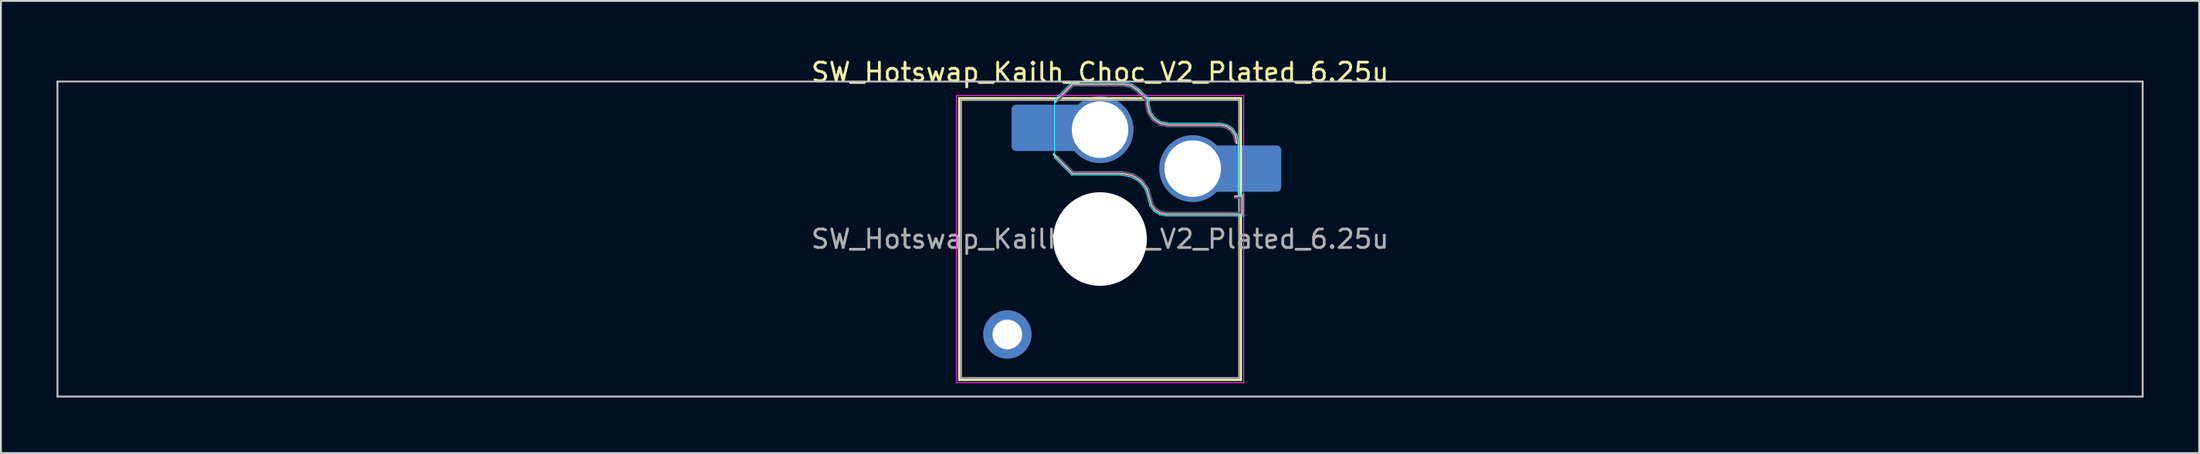
<source format=kicad_pcb>
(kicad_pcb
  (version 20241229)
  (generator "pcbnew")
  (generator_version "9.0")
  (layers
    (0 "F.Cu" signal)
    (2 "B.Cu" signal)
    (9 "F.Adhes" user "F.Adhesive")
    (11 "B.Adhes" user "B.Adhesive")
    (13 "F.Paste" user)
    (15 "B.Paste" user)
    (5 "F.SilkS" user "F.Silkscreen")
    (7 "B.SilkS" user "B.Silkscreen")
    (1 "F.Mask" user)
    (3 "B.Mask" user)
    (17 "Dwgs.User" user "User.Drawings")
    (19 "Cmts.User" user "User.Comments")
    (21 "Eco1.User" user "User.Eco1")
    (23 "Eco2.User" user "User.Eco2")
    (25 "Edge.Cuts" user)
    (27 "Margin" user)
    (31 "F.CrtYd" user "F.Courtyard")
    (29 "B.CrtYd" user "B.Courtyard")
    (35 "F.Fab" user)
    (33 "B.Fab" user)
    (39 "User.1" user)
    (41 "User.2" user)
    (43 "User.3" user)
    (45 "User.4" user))
  (footprint "SW_Hotswap_Kailh_Choc_V2_Plated_6.25u"
    (layer "F.Cu")
    (at 56.3 9.848)
    (property "Reference" "SW_Hotswap_Kailh_Choc_V2_Plated_6.25u" (at 0 -9 0) (layer "F.SilkS") (effects (font (size 1 1) (thickness 0.15))))
    (attr smd)
    (fp_line (start -7.6 -7.6) (end -7.6 7.6) (stroke (width 0.12) (type solid)) (layer "F.SilkS"))
    (fp_line (start -7.6 7.6) (end 7.6 7.6) (stroke (width 0.12) (type solid)) (layer "F.SilkS"))
    (fp_line (start 7.6 -7.6) (end -7.6 -7.6) (stroke (width 0.12) (type solid)) (layer "F.SilkS"))
    (fp_line (start 7.6 7.6) (end 7.6 -7.6) (stroke (width 0.12) (type solid)) (layer "F.SilkS"))
    (fp_line (start -2.416 -7.409) (end -1.479 -8.346) (stroke (width 0.12) (type solid)) (layer "B.SilkS"))
    (fp_line (start -1.479 -8.346) (end 1.268 -8.346) (stroke (width 0.12) (type solid)) (layer "B.SilkS"))
    (fp_line (start -1.479 -3.554) (end -2.5 -4.575) (stroke (width 0.12) (type solid)) (layer "B.SilkS"))
    (fp_line (start 1.168 -3.554) (end -1.479 -3.554) (stroke (width 0.12) (type solid)) (layer "B.SilkS"))
    (fp_line (start 1.268 -8.346) (end 1.671 -8.266) (stroke (width 0.12) (type solid)) (layer "B.SilkS"))
    (fp_line (start 1.671 -8.266) (end 2.013 -8.037) (stroke (width 0.12) (type solid)) (layer "B.SilkS"))
    (fp_line (start 1.73 -3.449) (end 1.168 -3.554) (stroke (width 0.12) (type solid)) (layer "B.SilkS"))
    (fp_line (start 2.013 -8.037) (end 2.546 -7.504) (stroke (width 0.12) (type solid)) (layer "B.SilkS"))
    (fp_line (start 2.209 -3.15) (end 1.73 -3.449) (stroke (width 0.12) (type solid)) (layer "B.SilkS"))
    (fp_line (start 2.546 -7.504) (end 2.546 -7.282) (stroke (width 0.12) (type solid)) (layer "B.SilkS"))
    (fp_line (start 2.546 -7.282) (end 2.633 -6.844) (stroke (width 0.12) (type solid)) (layer "B.SilkS"))
    (fp_line (start 2.547 -2.697) (end 2.209 -3.15) (stroke (width 0.12) (type solid)) (layer "B.SilkS"))
    (fp_line (start 2.633 -6.844) (end 2.877 -6.477) (stroke (width 0.12) (type solid)) (layer "B.SilkS"))
    (fp_line (start 2.701 -2.139) (end 2.547 -2.697) (stroke (width 0.12) (type solid)) (layer "B.SilkS"))
    (fp_line (start 2.783 -1.841) (end 2.701 -2.139) (stroke (width 0.12) (type solid)) (layer "B.SilkS"))
    (fp_line (start 2.877 -6.477) (end 3.244 -6.233) (stroke (width 0.12) (type solid)) (layer "B.SilkS"))
    (fp_line (start 2.976 -1.583) (end 2.783 -1.841) (stroke (width 0.12) (type solid)) (layer "B.SilkS"))
    (fp_line (start 3.244 -6.233) (end 3.682 -6.146) (stroke (width 0.12) (type solid)) (layer "B.SilkS"))
    (fp_line (start 3.25 -1.413) (end 2.976 -1.583) (stroke (width 0.12) (type solid)) (layer "B.SilkS"))
    (fp_line (start 3.56 -1.354) (end 3.25 -1.413) (stroke (width 0.12) (type solid)) (layer "B.SilkS"))
    (fp_line (start 3.682 -6.146) (end 6.482 -6.146) (stroke (width 0.12) (type solid)) (layer "B.SilkS"))
    (fp_line (start 6.482 -6.146) (end 6.809 -6.081) (stroke (width 0.12) (type solid)) (layer "B.SilkS"))
    (fp_line (start 6.809 -6.081) (end 7.092 -5.892) (stroke (width 0.12) (type solid)) (layer "B.SilkS"))
    (fp_line (start 7.092 -5.892) (end 7.281 -5.609) (stroke (width 0.12) (type solid)) (layer "B.SilkS"))
    (fp_line (start 7.281 -5.609) (end 7.366 -5.182) (stroke (width 0.12) (type solid)) (layer "B.SilkS"))
    (fp_line (start 7.283 -2.296) (end 7.646 -2.296) (stroke (width 0.12) (type solid)) (layer "B.SilkS"))
    (fp_line (start 7.646 -2.296) (end 7.646 -1.354) (stroke (width 0.12) (type solid)) (layer "B.SilkS"))
    (fp_line (start 7.646 -1.354) (end 3.56 -1.354) (stroke (width 0.12) (type solid)) (layer "B.SilkS"))
    (fp_line (start -56.25 -8.5) (end -56.25 8.5) (stroke (width 0.1) (type solid)) (layer "Dwgs.User"))
    (fp_line (start -56.25 8.5) (end 56.25 8.5) (stroke (width 0.1) (type solid)) (layer "Dwgs.User"))
    (fp_line (start 56.25 -8.5) (end -56.25 -8.5) (stroke (width 0.1) (type solid)) (layer "Dwgs.User"))
    (fp_line (start 56.25 8.5) (end 56.25 -8.5) (stroke (width 0.1) (type solid)) (layer "Dwgs.User"))
    (fp_line (start -7.25 -7.25) (end -7.25 7.25) (stroke (width 0.1) (type solid)) (layer "Eco1.User"))
    (fp_line (start -7.25 7.25) (end 7.25 7.25) (stroke (width 0.1) (type solid)) (layer "Eco1.User"))
    (fp_line (start 7.25 -7.25) (end -7.25 -7.25) (stroke (width 0.1) (type solid)) (layer "Eco1.User"))
    (fp_line (start 7.25 7.25) (end 7.25 -7.25) (stroke (width 0.1) (type solid)) (layer "Eco1.User"))
    (fp_line (start -2.452 -7.523) (end -1.523 -8.452) (stroke (width 0.05) (type solid)) (layer "B.CrtYd"))
    (fp_line (start -2.452 -4.377) (end -2.452 -7.523) (stroke (width 0.05) (type solid)) (layer "B.CrtYd"))
    (fp_line (start -1.523 -8.452) (end 1.278 -8.452) (stroke (width 0.05) (type solid)) (layer "B.CrtYd"))
    (fp_line (start -1.523 -3.448) (end -2.452 -4.377) (stroke (width 0.05) (type solid)) (layer "B.CrtYd"))
    (fp_line (start 1.159 -3.448) (end -1.523 -3.448) (stroke (width 0.05) (type solid)) (layer "B.CrtYd"))
    (fp_line (start 1.278 -8.452) (end 1.712 -8.366) (stroke (width 0.05) (type solid)) (layer "B.CrtYd"))
    (fp_line (start 1.691 -3.348) (end 1.159 -3.448) (stroke (width 0.05) (type solid)) (layer "B.CrtYd"))
    (fp_line (start 1.712 -8.366) (end 2.081 -8.119) (stroke (width 0.05) (type solid)) (layer "B.CrtYd"))
    (fp_line (start 2.081 -8.119) (end 2.652 -7.548) (stroke (width 0.05) (type solid)) (layer "B.CrtYd"))
    (fp_line (start 2.136 -3.071) (end 1.691 -3.348) (stroke (width 0.05) (type solid)) (layer "B.CrtYd"))
    (fp_line (start 2.45 -2.65) (end 2.136 -3.071) (stroke (width 0.05) (type solid)) (layer "B.CrtYd"))
    (fp_line (start 2.599 -2.111) (end 2.45 -2.65) (stroke (width 0.05) (type solid)) (layer "B.CrtYd"))
    (fp_line (start 2.652 -7.548) (end 2.652 -7.292) (stroke (width 0.05) (type solid)) (layer "B.CrtYd"))
    (fp_line (start 2.652 -7.292) (end 2.733 -6.885) (stroke (width 0.05) (type solid)) (layer "B.CrtYd"))
    (fp_line (start 2.687 -1.794) (end 2.599 -2.111) (stroke (width 0.05) (type solid)) (layer "B.CrtYd"))
    (fp_line (start 2.733 -6.885) (end 2.953 -6.553) (stroke (width 0.05) (type solid)) (layer "B.CrtYd"))
    (fp_line (start 2.903 -1.503) (end 2.687 -1.794) (stroke (width 0.05) (type solid)) (layer "B.CrtYd"))
    (fp_line (start 2.953 -6.553) (end 3.285 -6.333) (stroke (width 0.05) (type solid)) (layer "B.CrtYd"))
    (fp_line (start 3.211 -1.312) (end 2.903 -1.503) (stroke (width 0.05) (type solid)) (layer "B.CrtYd"))
    (fp_line (start 3.285 -6.333) (end 3.692 -6.252) (stroke (width 0.05) (type solid)) (layer "B.CrtYd"))
    (fp_line (start 3.55 -1.248) (end 3.211 -1.312) (stroke (width 0.05) (type solid)) (layer "B.CrtYd"))
    (fp_line (start 3.692 -6.252) (end 6.492 -6.252) (stroke (width 0.05) (type solid)) (layer "B.CrtYd"))
    (fp_line (start 6.492 -6.252) (end 6.85 -6.181) (stroke (width 0.05) (type solid)) (layer "B.CrtYd"))
    (fp_line (start 6.85 -6.181) (end 7.168 -5.968) (stroke (width 0.05) (type solid)) (layer "B.CrtYd"))
    (fp_line (start 7.168 -5.968) (end 7.381 -5.65) (stroke (width 0.05) (type solid)) (layer "B.CrtYd"))
    (fp_line (start 7.381 -5.65) (end 7.452 -5.292) (stroke (width 0.05) (type solid)) (layer "B.CrtYd"))
    (fp_line (start 7.452 -5.292) (end 7.452 -2.402) (stroke (width 0.05) (type solid)) (layer "B.CrtYd"))
    (fp_line (start 7.452 -2.402) (end 7.752 -2.402) (stroke (width 0.05) (type solid)) (layer "B.CrtYd"))
    (fp_line (start 7.752 -2.402) (end 7.752 -1.248) (stroke (width 0.05) (type solid)) (layer "B.CrtYd"))
    (fp_line (start 7.752 -1.248) (end 3.55 -1.248) (stroke (width 0.05) (type solid)) (layer "B.CrtYd"))
    (fp_line (start -7.75 -7.75) (end -7.75 7.75) (stroke (width 0.05) (type solid)) (layer "F.CrtYd"))
    (fp_line (start -7.75 7.75) (end 7.75 7.75) (stroke (width 0.05) (type solid)) (layer "F.CrtYd"))
    (fp_line (start 7.75 -7.75) (end -7.75 -7.75) (stroke (width 0.05) (type solid)) (layer "F.CrtYd"))
    (fp_line (start 7.75 7.75) (end 7.75 -7.75) (stroke (width 0.05) (type solid)) (layer "F.CrtYd"))
    (fp_line (start -2.275 -7.45) (end -1.45 -8.275) (stroke (width 0.1) (type solid)) (layer "B.Fab"))
    (fp_line (start -1.45 -8.275) (end 1.261 -8.275) (stroke (width 0.1) (type solid)) (layer "B.Fab"))
    (fp_line (start -1.45 -3.625) (end -2.275 -4.45) (stroke (width 0.1) (type solid)) (layer "B.Fab"))
    (fp_line (start 1.175 -3.625) (end -1.45 -3.625) (stroke (width 0.1) (type solid)) (layer "B.Fab"))
    (fp_line (start 1.261 -8.275) (end 1.643 -8.199) (stroke (width 0.1) (type solid)) (layer "B.Fab"))
    (fp_line (start 1.643 -8.199) (end 1.968 -7.982) (stroke (width 0.1) (type solid)) (layer "B.Fab"))
    (fp_line (start 1.756 -3.516) (end 1.175 -3.625) (stroke (width 0.1) (type solid)) (layer "B.Fab"))
    (fp_line (start 1.968 -7.982) (end 2.475 -7.475) (stroke (width 0.1) (type solid)) (layer "B.Fab"))
    (fp_line (start 2.258 -3.203) (end 1.756 -3.516) (stroke (width 0.1) (type solid)) (layer "B.Fab"))
    (fp_line (start 2.475 -7.475) (end 2.475 -7.275) (stroke (width 0.1) (type solid)) (layer "B.Fab"))
    (fp_line (start 2.475 -7.275) (end 2.566 -6.816) (stroke (width 0.1) (type solid)) (layer "B.Fab"))
    (fp_line (start 2.566 -6.816) (end 2.826 -6.426) (stroke (width 0.1) (type solid)) (layer "B.Fab"))
    (fp_line (start 2.612 -2.729) (end 2.258 -3.203) (stroke (width 0.1) (type solid)) (layer "B.Fab"))
    (fp_line (start 2.769 -2.158) (end 2.612 -2.729) (stroke (width 0.1) (type solid)) (layer "B.Fab"))
    (fp_line (start 2.826 -6.426) (end 3.216 -6.166) (stroke (width 0.1) (type solid)) (layer "B.Fab"))
    (fp_line (start 2.848 -1.873) (end 2.769 -2.158) (stroke (width 0.1) (type solid)) (layer "B.Fab"))
    (fp_line (start 3.025 -1.636) (end 2.848 -1.873) (stroke (width 0.1) (type solid)) (layer "B.Fab"))
    (fp_line (start 3.216 -6.166) (end 3.675 -6.075) (stroke (width 0.1) (type solid)) (layer "B.Fab"))
    (fp_line (start 3.276 -1.48) (end 3.025 -1.636) (stroke (width 0.1) (type solid)) (layer "B.Fab"))
    (fp_line (start 3.567 -1.425) (end 3.276 -1.48) (stroke (width 0.1) (type solid)) (layer "B.Fab"))
    (fp_line (start 3.675 -6.075) (end 6.475 -6.075) (stroke (width 0.1) (type solid)) (layer "B.Fab"))
    (fp_line (start 6.475 -6.075) (end 6.781 -6.014) (stroke (width 0.1) (type solid)) (layer "B.Fab"))
    (fp_line (start 6.781 -6.014) (end 7.041 -5.841) (stroke (width 0.1) (type solid)) (layer "B.Fab"))
    (fp_line (start 7.041 -5.841) (end 7.214 -5.581) (stroke (width 0.1) (type solid)) (layer "B.Fab"))
    (fp_line (start 7.214 -5.581) (end 7.275 -5.275) (stroke (width 0.1) (type solid)) (layer "B.Fab"))
    (fp_line (start 7.275 -2.225) (end 7.575 -2.225) (stroke (width 0.1) (type solid)) (layer "B.Fab"))
    (fp_line (start 7.575 -2.225) (end 7.575 -1.425) (stroke (width 0.1) (type solid)) (layer "B.Fab"))
    (fp_line (start 7.575 -1.425) (end 3.567 -1.425) (stroke (width 0.1) (type solid)) (layer "B.Fab"))
    (fp_line (start -7.5 -7.5) (end -7.5 7.5) (stroke (width 0.1) (type solid)) (layer "F.Fab"))
    (fp_line (start -7.5 7.5) (end 7.5 7.5) (stroke (width 0.1) (type solid)) (layer "F.Fab"))
    (fp_line (start 7.5 -7.5) (end -7.5 -7.5) (stroke (width 0.1) (type solid)) (layer "F.Fab"))
    (fp_line (start 7.5 7.5) (end 7.5 -7.5) (stroke (width 0.1) (type solid)) (layer "F.Fab"))
    (fp_text user "${REFERENCE}" (at 0 0 0) (layer "F.Fab") (effects (font (size 1 1) (thickness 0.15))))
    (pad "" thru_hole circle (at -5 5.15) (size 2.6 2.6) (drill 1.6) (layers "*.Cu" "*.Mask"))
    (pad "" smd roundrect (at -3.5 -6) (size 2.55 2.5) (layers "B.Mask" "B.Paste") (roundrect_rratio 0.1))
    (pad "" np_thru_hole circle (at 0 0) (size 5.05 5.05) (drill 5.05) (layers "*.Cu" "*.Mask"))
    (pad "" smd roundrect (at 8.5 -3.8) (size 2.55 2.5) (layers "B.Mask" "B.Paste") (roundrect_rratio 0.1))
    (pad "1" smd roundrect (at -2.85 -6) (size 3.85 2.5) (layers "B.Cu") (roundrect_rratio 0.1))
    (pad "1" thru_hole circle (at 0 -5.9) (size 3.6 3.6) (drill 3.05) (layers "*.Cu" "*.Mask"))
    (pad "2" thru_hole circle (at 5 -3.8) (size 3.6 3.6) (drill 3.05) (layers "*.Cu" "*.Mask"))
    (pad "2" smd roundrect (at 7.85 -3.8) (size 3.85 2.5) (layers "B.Cu") (roundrect_rratio 0.1)))
  (gr_rect
    (start -3 -3)
    (end 115.6 21.398)
    (stroke (width 0.1) (type default))
    (fill no)
    (layer "Edge.Cuts")))
</source>
